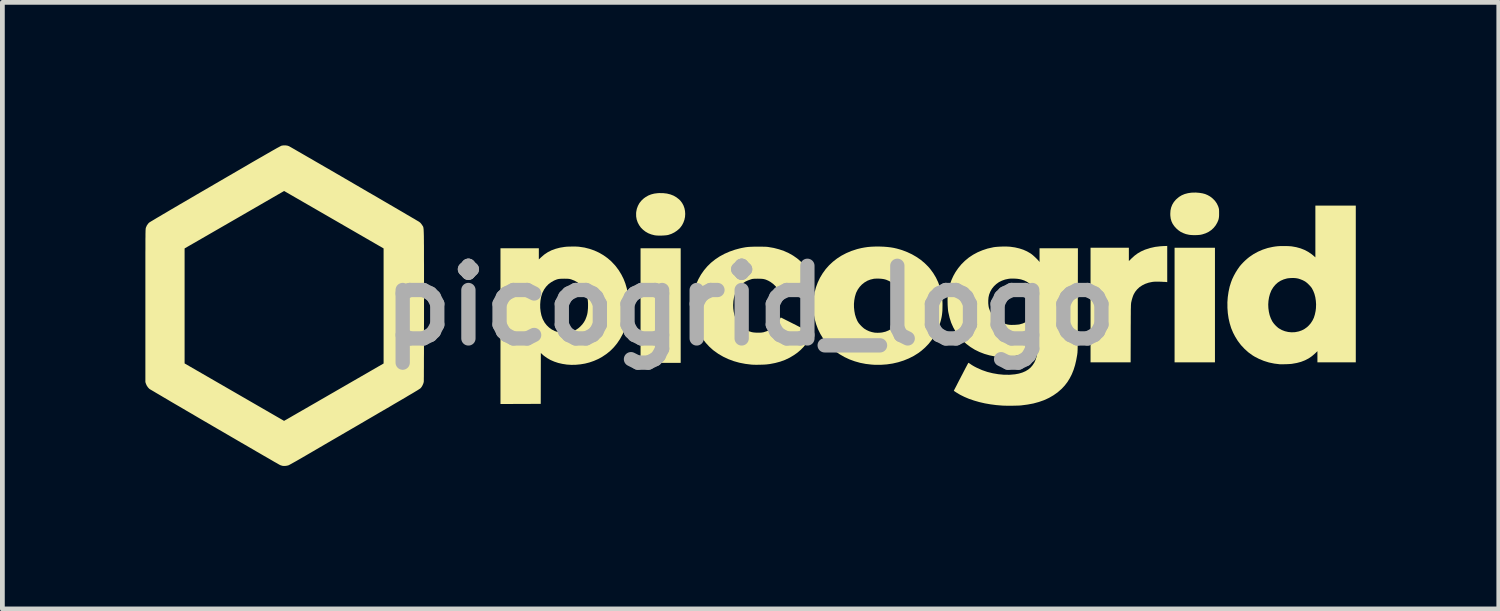
<source format=kicad_pcb>
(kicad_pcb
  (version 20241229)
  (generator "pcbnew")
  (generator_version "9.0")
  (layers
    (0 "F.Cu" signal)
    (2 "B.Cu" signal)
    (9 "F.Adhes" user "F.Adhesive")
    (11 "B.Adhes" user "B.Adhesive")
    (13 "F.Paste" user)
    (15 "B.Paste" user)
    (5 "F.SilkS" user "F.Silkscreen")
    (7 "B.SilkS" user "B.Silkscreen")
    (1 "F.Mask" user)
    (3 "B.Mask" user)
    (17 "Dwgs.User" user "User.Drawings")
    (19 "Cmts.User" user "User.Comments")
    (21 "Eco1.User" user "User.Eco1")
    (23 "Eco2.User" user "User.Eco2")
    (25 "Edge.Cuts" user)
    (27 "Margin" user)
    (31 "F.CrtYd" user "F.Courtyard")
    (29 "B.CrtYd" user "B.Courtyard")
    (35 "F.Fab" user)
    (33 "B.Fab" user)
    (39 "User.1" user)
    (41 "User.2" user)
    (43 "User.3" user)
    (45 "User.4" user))
  (footprint "picogrid_logo"
    (layer "F.Cu")
    (at 12.692 3.361)
    (property "Reference" "picogrid_logo" (at 0 0 0) (layer "F.Fab") (effects (font (size 1.524 1.524) (thickness 0.3))))
    (attr board_only exclude_from_pos_files exclude_from_bom)
    (fp_poly (pts (xy -1.461 1.202) (xy -2.303 1.202) (xy -2.303 -1.202) (xy -1.461 -1.202)) (stroke (width 0) (type solid)) (fill yes) (layer "F.SilkS"))
    (fp_poly (pts (xy 9.748 1.191) (xy 8.901 1.191) (xy 8.901 -1.213) (xy 9.748 -1.213)) (stroke (width 0) (type solid)) (fill yes) (layer "F.SilkS"))
    (fp_poly (pts (xy -1.829 -2.359) (xy -1.75 -2.35) (xy -1.677 -2.332) (xy -1.61 -2.306) (xy -1.55 -2.271) (xy -1.495 -2.228) (xy -1.47 -2.203) (xy -1.432 -2.154) (xy -1.403 -2.101) (xy -1.382 -2.043) (xy -1.37 -1.983) (xy -1.366 -1.922) (xy -1.37 -1.86) (xy -1.383 -1.799) (xy -1.404 -1.741) (xy -1.433 -1.685) (xy -1.471 -1.634) (xy -1.49 -1.613) (xy -1.539 -1.571) (xy -1.595 -1.534) (xy -1.656 -1.504) (xy -1.719 -1.483) (xy -1.721 -1.482) (xy -1.749 -1.477) (xy -1.784 -1.473) (xy -1.825 -1.47) (xy -1.868 -1.468) (xy -1.911 -1.468) (xy -1.951 -1.469) (xy -1.986 -1.472) (xy -2.008 -1.475) (xy -2.078 -1.493) (xy -2.142 -1.518) (xy -2.201 -1.552) (xy -2.252 -1.592) (xy -2.297 -1.637) (xy -2.334 -1.689) (xy -2.363 -1.745) (xy -2.384 -1.805) (xy -2.395 -1.868) (xy -2.396 -1.934) (xy -2.394 -1.963) (xy -2.381 -2.03) (xy -2.358 -2.092) (xy -2.327 -2.149) (xy -2.286 -2.201) (xy -2.236 -2.248) (xy -2.197 -2.276) (xy -2.142 -2.308) (xy -2.082 -2.332) (xy -2.017 -2.349) (xy -1.945 -2.358) (xy -1.914 -2.36)) (stroke (width 0) (type solid)) (fill yes) (layer "F.SilkS"))
    (fp_poly (pts (xy 8.747 -0.491) (xy 8.722 -0.495) (xy 8.709 -0.496) (xy 8.687 -0.497) (xy 8.659 -0.498) (xy 8.627 -0.5) (xy 8.593 -0.501) (xy 8.591 -0.501) (xy 8.547 -0.502) (xy 8.512 -0.502) (xy 8.483 -0.501) (xy 8.457 -0.499) (xy 8.433 -0.496) (xy 8.432 -0.496) (xy 8.356 -0.48) (xy 8.286 -0.456) (xy 8.222 -0.424) (xy 8.165 -0.386) (xy 8.116 -0.34) (xy 8.074 -0.288) (xy 8.046 -0.24) (xy 8.031 -0.206) (xy 8.017 -0.165) (xy 8.004 -0.121) (xy 7.994 -0.078) (xy 7.992 -0.069) (xy 7.99 -0.06) (xy 7.989 -0.051) (xy 7.988 -0.04) (xy 7.987 -0.027) (xy 7.986 -0.011) (xy 7.985 0.009) (xy 7.985 0.032) (xy 7.984 0.061) (xy 7.983 0.094) (xy 7.983 0.133) (xy 7.983 0.179) (xy 7.982 0.232) (xy 7.982 0.293) (xy 7.982 0.362) (xy 7.981 0.44) (xy 7.981 0.527) (xy 7.981 0.586) (xy 7.979 1.191) (xy 7.138 1.191) (xy 7.138 -1.213) (xy 7.942 -1.213) (xy 7.942 -0.934) (xy 8.002 -0.993) (xy 8.063 -1.048) (xy 8.127 -1.095) (xy 8.196 -1.135) (xy 8.271 -1.169) (xy 8.293 -1.177) (xy 8.39 -1.208) (xy 8.493 -1.231) (xy 8.6 -1.244) (xy 8.661 -1.248) (xy 8.747 -1.251)) (stroke (width 0) (type solid)) (fill yes) (layer "F.SilkS"))
    (fp_poly (pts (xy 9.351 -2.371) (xy 9.422 -2.365) (xy 9.485 -2.355) (xy 9.542 -2.34) (xy 9.594 -2.318) (xy 9.644 -2.29) (xy 9.647 -2.288) (xy 9.701 -2.246) (xy 9.748 -2.198) (xy 9.786 -2.144) (xy 9.814 -2.086) (xy 9.821 -2.066) (xy 9.826 -2.05) (xy 9.83 -2.035) (xy 9.833 -2.02) (xy 9.834 -2.001) (xy 9.835 -1.977) (xy 9.835 -1.946) (xy 9.835 -1.938) (xy 9.835 -1.896) (xy 9.833 -1.862) (xy 9.829 -1.833) (xy 9.823 -1.806) (xy 9.814 -1.78) (xy 9.801 -1.751) (xy 9.796 -1.739) (xy 9.762 -1.681) (xy 9.72 -1.629) (xy 9.671 -1.584) (xy 9.615 -1.546) (xy 9.552 -1.516) (xy 9.484 -1.494) (xy 9.443 -1.485) (xy 9.413 -1.482) (xy 9.376 -1.479) (xy 9.335 -1.478) (xy 9.294 -1.478) (xy 9.255 -1.48) (xy 9.221 -1.483) (xy 9.205 -1.485) (xy 9.138 -1.5) (xy 9.079 -1.522) (xy 9.025 -1.549) (xy 8.976 -1.584) (xy 8.941 -1.615) (xy 8.897 -1.663) (xy 8.862 -1.713) (xy 8.837 -1.766) (xy 8.82 -1.823) (xy 8.812 -1.886) (xy 8.811 -1.925) (xy 8.815 -1.994) (xy 8.829 -2.057) (xy 8.852 -2.116) (xy 8.885 -2.171) (xy 8.927 -2.221) (xy 8.942 -2.235) (xy 8.994 -2.279) (xy 9.051 -2.314) (xy 9.113 -2.34) (xy 9.181 -2.358) (xy 9.255 -2.369) (xy 9.335 -2.371)) (stroke (width 0) (type solid)) (fill yes) (layer "F.SilkS"))
    (fp_poly (pts (xy -3.658 -1.238) (xy -3.614 -1.236) (xy -3.586 -1.233) (xy -3.478 -1.217) (xy -3.373 -1.19) (xy -3.272 -1.155) (xy -3.176 -1.111) (xy -3.084 -1.058) (xy -2.998 -0.997) (xy -2.919 -0.929) (xy -2.847 -0.853) (xy -2.826 -0.829) (xy -2.761 -0.742) (xy -2.706 -0.652) (xy -2.659 -0.559) (xy -2.621 -0.461) (xy -2.591 -0.358) (xy -2.569 -0.249) (xy -2.555 -0.134) (xy -2.552 -0.092) (xy -2.549 0.028) (xy -2.555 0.146) (xy -2.57 0.261) (xy -2.594 0.373) (xy -2.628 0.479) (xy -2.669 0.581) (xy -2.679 0.601) (xy -2.733 0.7) (xy -2.794 0.791) (xy -2.862 0.874) (xy -2.937 0.949) (xy -3.019 1.016) (xy -3.109 1.076) (xy -3.193 1.122) (xy -3.282 1.161) (xy -3.374 1.193) (xy -3.468 1.217) (xy -3.564 1.233) (xy -3.66 1.242) (xy -3.755 1.244) (xy -3.849 1.238) (xy -3.94 1.224) (xy -4.029 1.204) (xy -4.113 1.176) (xy -4.192 1.142) (xy -4.265 1.1) (xy -4.332 1.052) (xy -4.358 1.029) (xy -4.395 0.995) (xy -4.396 1.528) (xy -4.397 2.062) (xy -4.82 2.064) (xy -5.242 2.065) (xy -5.242 -0.025) (xy -4.409 -0.025) (xy -4.408 0.053) (xy -4.399 0.129) (xy -4.384 0.203) (xy -4.361 0.271) (xy -4.35 0.295) (xy -4.315 0.358) (xy -4.272 0.413) (xy -4.222 0.461) (xy -4.166 0.502) (xy -4.105 0.533) (xy -4.039 0.556) (xy -3.99 0.566) (xy -3.961 0.569) (xy -3.925 0.57) (xy -3.885 0.569) (xy -3.845 0.566) (xy -3.808 0.562) (xy -3.778 0.557) (xy -3.776 0.556) (xy -3.715 0.537) (xy -3.659 0.51) (xy -3.607 0.475) (xy -3.567 0.44) (xy -3.524 0.394) (xy -3.489 0.346) (xy -3.46 0.293) (xy -3.437 0.233) (xy -3.422 0.183) (xy -3.415 0.146) (xy -3.41 0.102) (xy -3.406 0.053) (xy -3.405 0.002) (xy -3.405 -0.048) (xy -3.408 -0.094) (xy -3.412 -0.128) (xy -3.43 -0.205) (xy -3.455 -0.276) (xy -3.488 -0.34) (xy -3.528 -0.397) (xy -3.576 -0.447) (xy -3.63 -0.489) (xy -3.69 -0.523) (xy -3.757 -0.549) (xy -3.775 -0.554) (xy -3.79 -0.558) (xy -3.805 -0.56) (xy -3.823 -0.562) (xy -3.845 -0.563) (xy -3.873 -0.563) (xy -3.902 -0.564) (xy -3.947 -0.563) (xy -3.983 -0.562) (xy -4.013 -0.559) (xy -4.04 -0.554) (xy -4.066 -0.546) (xy -4.093 -0.535) (xy -4.119 -0.524) (xy -4.18 -0.489) (xy -4.236 -0.447) (xy -4.284 -0.397) (xy -4.325 -0.34) (xy -4.358 -0.277) (xy -4.369 -0.249) (xy -4.39 -0.178) (xy -4.403 -0.103) (xy -4.409 -0.025) (xy -5.242 -0.025) (xy -5.242 -1.202) (xy -4.437 -1.202) (xy -4.437 -0.968) (xy -4.387 -1.015) (xy -4.321 -1.072) (xy -4.249 -1.12) (xy -4.17 -1.16) (xy -4.085 -1.191) (xy -3.993 -1.215) (xy -3.894 -1.231) (xy -3.894 -1.231) (xy -3.855 -1.235) (xy -3.808 -1.237) (xy -3.758 -1.238) (xy -3.707 -1.239)) (stroke (width 0) (type solid)) (fill yes) (layer "F.SilkS"))
    (fp_poly (pts (xy 12.703 1.191) (xy 11.898 1.191) (xy 11.898 0.957) (xy 11.846 1.007) (xy 11.782 1.062) (xy 11.713 1.109) (xy 11.638 1.148) (xy 11.556 1.18) (xy 11.467 1.204) (xy 11.37 1.221) (xy 11.358 1.223) (xy 11.335 1.225) (xy 11.305 1.227) (xy 11.27 1.229) (xy 11.233 1.23) (xy 11.195 1.231) (xy 11.161 1.232) (xy 11.131 1.231) (xy 11.109 1.231) (xy 11.106 1.231) (xy 10.992 1.217) (xy 10.881 1.194) (xy 10.775 1.161) (xy 10.675 1.12) (xy 10.58 1.071) (xy 10.536 1.044) (xy 10.449 0.981) (xy 10.369 0.909) (xy 10.295 0.83) (xy 10.229 0.744) (xy 10.171 0.65) (xy 10.129 0.569) (xy 10.089 0.474) (xy 10.058 0.373) (xy 10.034 0.268) (xy 10.018 0.159) (xy 10.01 0.047) (xy 10.01 -0.023) (xy 10.866 -0.023) (xy 10.869 0.053) (xy 10.879 0.128) (xy 10.895 0.199) (xy 10.919 0.266) (xy 10.949 0.328) (xy 10.961 0.346) (xy 10.984 0.378) (xy 11.012 0.41) (xy 11.044 0.441) (xy 11.075 0.468) (xy 11.091 0.479) (xy 11.151 0.513) (xy 11.216 0.538) (xy 11.284 0.554) (xy 11.355 0.561) (xy 11.425 0.558) (xy 11.44 0.556) (xy 11.509 0.542) (xy 11.571 0.52) (xy 11.628 0.49) (xy 11.681 0.452) (xy 11.712 0.423) (xy 11.757 0.372) (xy 11.793 0.317) (xy 11.823 0.256) (xy 11.844 0.189) (xy 11.86 0.114) (xy 11.867 0.055) (xy 11.87 -0.023) (xy 11.865 -0.1) (xy 11.854 -0.174) (xy 11.836 -0.244) (xy 11.811 -0.308) (xy 11.781 -0.365) (xy 11.779 -0.368) (xy 11.762 -0.391) (xy 11.739 -0.417) (xy 11.714 -0.443) (xy 11.687 -0.469) (xy 11.661 -0.49) (xy 11.639 -0.506) (xy 11.637 -0.507) (xy 11.594 -0.53) (xy 11.548 -0.549) (xy 11.503 -0.564) (xy 11.482 -0.569) (xy 11.447 -0.575) (xy 11.405 -0.578) (xy 11.36 -0.578) (xy 11.317 -0.576) (xy 11.278 -0.572) (xy 11.26 -0.569) (xy 11.19 -0.549) (xy 11.126 -0.521) (xy 11.068 -0.484) (xy 11.017 -0.438) (xy 10.973 -0.385) (xy 10.935 -0.324) (xy 10.928 -0.309) (xy 10.902 -0.243) (xy 10.883 -0.173) (xy 10.871 -0.099) (xy 10.866 -0.023) (xy 10.01 -0.023) (xy 10.009 -0.065) (xy 10.017 -0.177) (xy 10.033 -0.287) (xy 10.056 -0.395) (xy 10.085 -0.488) (xy 10.111 -0.556) (xy 10.145 -0.627) (xy 10.184 -0.698) (xy 10.227 -0.766) (xy 10.272 -0.829) (xy 10.276 -0.833) (xy 10.306 -0.868) (xy 10.342 -0.906) (xy 10.381 -0.944) (xy 10.421 -0.98) (xy 10.459 -1.011) (xy 10.466 -1.017) (xy 10.557 -1.079) (xy 10.652 -1.131) (xy 10.752 -1.174) (xy 10.856 -1.208) (xy 10.966 -1.232) (xy 11.026 -1.241) (xy 11.064 -1.245) (xy 11.11 -1.248) (xy 11.16 -1.249) (xy 11.212 -1.249) (xy 11.263 -1.248) (xy 11.31 -1.246) (xy 11.35 -1.243) (xy 11.359 -1.242) (xy 11.455 -1.225) (xy 11.545 -1.2) (xy 11.629 -1.167) (xy 11.706 -1.126) (xy 11.779 -1.076) (xy 11.817 -1.045) (xy 11.855 -1.011) (xy 11.855 -2.097) (xy 12.703 -2.097)) (stroke (width 0) (type solid)) (fill yes) (layer "F.SilkS"))
    (fp_poly (pts (xy 2.724 -1.238) (xy 2.805 -1.235) (xy 2.878 -1.229) (xy 2.946 -1.221) (xy 3.011 -1.21) (xy 3.076 -1.195) (xy 3.143 -1.176) (xy 3.188 -1.162) (xy 3.292 -1.122) (xy 3.392 -1.075) (xy 3.487 -1.02) (xy 3.576 -0.959) (xy 3.657 -0.891) (xy 3.731 -0.818) (xy 3.772 -0.771) (xy 3.838 -0.681) (xy 3.894 -0.588) (xy 3.94 -0.491) (xy 3.977 -0.39) (xy 3.995 -0.326) (xy 4.007 -0.277) (xy 4.016 -0.232) (xy 4.023 -0.19) (xy 4.027 -0.146) (xy 4.03 -0.1) (xy 4.032 -0.047) (xy 4.032 -0.003) (xy 4.031 0.056) (xy 4.03 0.107) (xy 4.026 0.152) (xy 4.021 0.195) (xy 4.014 0.238) (xy 4.004 0.283) (xy 3.995 0.32) (xy 3.963 0.426) (xy 3.922 0.528) (xy 3.871 0.624) (xy 3.811 0.715) (xy 3.743 0.801) (xy 3.667 0.88) (xy 3.583 0.953) (xy 3.524 0.997) (xy 3.428 1.057) (xy 3.325 1.109) (xy 3.217 1.153) (xy 3.103 1.189) (xy 2.986 1.216) (xy 2.865 1.234) (xy 2.74 1.243) (xy 2.613 1.243) (xy 2.541 1.238) (xy 2.421 1.224) (xy 2.303 1.201) (xy 2.19 1.169) (xy 2.08 1.129) (xy 1.976 1.08) (xy 1.877 1.023) (xy 1.784 0.959) (xy 1.699 0.888) (xy 1.665 0.855) (xy 1.591 0.774) (xy 1.525 0.687) (xy 1.468 0.593) (xy 1.42 0.495) (xy 1.381 0.391) (xy 1.351 0.283) (xy 1.33 0.171) (xy 1.328 0.156) (xy 1.326 0.126) (xy 1.324 0.088) (xy 1.322 0.045) (xy 1.322 -0.00049) (xy 1.322 -0.036) (xy 2.174 -0.036) (xy 2.175 0.04) (xy 2.183 0.115) (xy 2.196 0.187) (xy 2.217 0.255) (xy 2.243 0.317) (xy 2.259 0.346) (xy 2.277 0.372) (xy 2.302 0.401) (xy 2.33 0.431) (xy 2.359 0.458) (xy 2.386 0.481) (xy 2.392 0.485) (xy 2.44 0.514) (xy 2.494 0.539) (xy 2.553 0.557) (xy 2.608 0.568) (xy 2.636 0.57) (xy 2.67 0.571) (xy 2.707 0.57) (xy 2.743 0.567) (xy 2.767 0.564) (xy 2.836 0.548) (xy 2.9 0.522) (xy 2.959 0.488) (xy 3.012 0.446) (xy 3.058 0.396) (xy 3.097 0.339) (xy 3.13 0.276) (xy 3.154 0.205) (xy 3.169 0.141) (xy 3.178 0.063) (xy 3.18 -0.017) (xy 3.175 -0.097) (xy 3.163 -0.172) (xy 3.158 -0.195) (xy 3.136 -0.264) (xy 3.105 -0.327) (xy 3.066 -0.384) (xy 3.021 -0.435) (xy 2.969 -0.479) (xy 2.912 -0.515) (xy 2.85 -0.542) (xy 2.818 -0.551) (xy 2.789 -0.557) (xy 2.752 -0.562) (xy 2.711 -0.565) (xy 2.669 -0.566) (xy 2.629 -0.565) (xy 2.595 -0.563) (xy 2.586 -0.561) (xy 2.518 -0.545) (xy 2.454 -0.52) (xy 2.395 -0.485) (xy 2.342 -0.443) (xy 2.295 -0.393) (xy 2.255 -0.337) (xy 2.223 -0.275) (xy 2.214 -0.251) (xy 2.194 -0.183) (xy 2.181 -0.111) (xy 2.174 -0.036) (xy 1.322 -0.036) (xy 1.322 -0.046) (xy 1.323 -0.09) (xy 1.325 -0.128) (xy 1.328 -0.158) (xy 1.328 -0.16) (xy 1.348 -0.273) (xy 1.377 -0.382) (xy 1.415 -0.485) (xy 1.462 -0.584) (xy 1.518 -0.677) (xy 1.581 -0.764) (xy 1.653 -0.845) (xy 1.732 -0.919) (xy 1.819 -0.987) (xy 1.912 -1.047) (xy 2.013 -1.1) (xy 2.119 -1.145) (xy 2.232 -1.182) (xy 2.257 -1.189) (xy 2.328 -1.206) (xy 2.398 -1.219) (xy 2.467 -1.229) (xy 2.54 -1.235) (xy 2.617 -1.238) (xy 2.701 -1.238)) (stroke (width 0) (type solid)) (fill yes) (layer "F.SilkS"))
    (fp_poly (pts (xy 0.22 -1.236) (xy 0.274 -1.235) (xy 0.318 -1.234) (xy 0.352 -1.232) (xy 0.376 -1.229) (xy 0.493 -1.209) (xy 0.604 -1.18) (xy 0.707 -1.145) (xy 0.805 -1.101) (xy 0.897 -1.049) (xy 0.979 -0.992) (xy 1.015 -0.963) (xy 1.054 -0.927) (xy 1.093 -0.888) (xy 1.131 -0.847) (xy 1.164 -0.808) (xy 1.182 -0.784) (xy 1.196 -0.763) (xy 1.211 -0.738) (xy 1.227 -0.71) (xy 1.243 -0.682) (xy 1.258 -0.654) (xy 1.27 -0.628) (xy 1.28 -0.606) (xy 1.287 -0.59) (xy 1.289 -0.58) (xy 1.289 -0.578) (xy 1.283 -0.574) (xy 1.269 -0.567) (xy 1.247 -0.555) (xy 1.219 -0.541) (xy 1.185 -0.523) (xy 1.147 -0.503) (xy 1.104 -0.482) (xy 1.059 -0.459) (xy 1.012 -0.435) (xy 0.964 -0.41) (xy 0.916 -0.386) (xy 0.87 -0.362) (xy 0.825 -0.34) (xy 0.782 -0.318) (xy 0.744 -0.299) (xy 0.71 -0.282) (xy 0.682 -0.268) (xy 0.661 -0.258) (xy 0.647 -0.251) (xy 0.642 -0.249) (xy 0.637 -0.253) (xy 0.629 -0.265) (xy 0.619 -0.281) (xy 0.617 -0.285) (xy 0.577 -0.348) (xy 0.531 -0.405) (xy 0.48 -0.454) (xy 0.424 -0.495) (xy 0.384 -0.518) (xy 0.352 -0.533) (xy 0.323 -0.545) (xy 0.295 -0.553) (xy 0.265 -0.559) (xy 0.232 -0.562) (xy 0.192 -0.563) (xy 0.156 -0.564) (xy 0.12 -0.563) (xy 0.093 -0.563) (xy 0.072 -0.562) (xy 0.055 -0.56) (xy 0.04 -0.558) (xy 0.025 -0.554) (xy 0.01 -0.549) (xy -0.049 -0.528) (xy -0.101 -0.504) (xy -0.147 -0.474) (xy -0.19 -0.439) (xy -0.206 -0.424) (xy -0.253 -0.37) (xy -0.291 -0.311) (xy -0.32 -0.246) (xy -0.342 -0.174) (xy -0.355 -0.096) (xy -0.36 -0.012) (xy -0.36 -0.003) (xy -0.357 0.065) (xy -0.348 0.132) (xy -0.334 0.196) (xy -0.316 0.255) (xy -0.293 0.307) (xy -0.288 0.316) (xy -0.25 0.374) (xy -0.203 0.427) (xy -0.149 0.472) (xy -0.09 0.51) (xy -0.025 0.54) (xy 0.029 0.557) (xy 0.062 0.563) (xy 0.102 0.567) (xy 0.145 0.569) (xy 0.188 0.569) (xy 0.229 0.567) (xy 0.264 0.562) (xy 0.277 0.56) (xy 0.347 0.537) (xy 0.411 0.506) (xy 0.47 0.465) (xy 0.524 0.415) (xy 0.573 0.356) (xy 0.611 0.296) (xy 0.623 0.277) (xy 0.632 0.261) (xy 0.637 0.252) (xy 0.639 0.25) (xy 0.643 0.252) (xy 0.657 0.258) (xy 0.677 0.268) (xy 0.705 0.282) (xy 0.738 0.299) (xy 0.776 0.318) (xy 0.818 0.339) (xy 0.863 0.362) (xy 0.909 0.385) (xy 0.957 0.409) (xy 1.005 0.434) (xy 1.053 0.458) (xy 1.098 0.481) (xy 1.141 0.503) (xy 1.18 0.523) (xy 1.215 0.541) (xy 1.245 0.556) (xy 1.268 0.568) (xy 1.283 0.576) (xy 1.291 0.58) (xy 1.291 0.58) (xy 1.291 0.586) (xy 1.286 0.6) (xy 1.278 0.619) (xy 1.267 0.642) (xy 1.254 0.667) (xy 1.24 0.692) (xy 1.227 0.716) (xy 1.225 0.72) (xy 1.173 0.797) (xy 1.118 0.867) (xy 1.056 0.93) (xy 0.987 0.989) (xy 0.916 1.039) (xy 0.826 1.093) (xy 0.73 1.139) (xy 0.629 1.176) (xy 0.521 1.205) (xy 0.406 1.227) (xy 0.373 1.231) (xy 0.34 1.235) (xy 0.298 1.238) (xy 0.252 1.24) (xy 0.202 1.241) (xy 0.152 1.242) (xy 0.104 1.242) (xy 0.062 1.241) (xy 0.027 1.239) (xy 0.024 1.239) (xy -0.105 1.223) (xy -0.229 1.199) (xy -0.347 1.166) (xy -0.46 1.124) (xy -0.568 1.073) (xy -0.67 1.014) (xy -0.765 0.946) (xy -0.781 0.934) (xy -0.861 0.862) (xy -0.934 0.783) (xy -1 0.698) (xy -1.058 0.606) (xy -1.107 0.51) (xy -1.148 0.409) (xy -1.178 0.305) (xy -1.183 0.284) (xy -1.195 0.223) (xy -1.204 0.163) (xy -1.209 0.101) (xy -1.212 0.034) (xy -1.211 -0.04) (xy -1.206 -0.14) (xy -1.194 -0.233) (xy -1.177 -0.321) (xy -1.152 -0.405) (xy -1.135 -0.452) (xy -1.089 -0.554) (xy -1.035 -0.65) (xy -0.972 -0.74) (xy -0.902 -0.823) (xy -0.824 -0.899) (xy -0.738 -0.968) (xy -0.645 -1.03) (xy -0.544 -1.085) (xy -0.437 -1.132) (xy -0.323 -1.172) (xy -0.222 -1.199) (xy -0.178 -1.209) (xy -0.136 -1.217) (xy -0.096 -1.224) (xy -0.056 -1.229) (xy -0.013 -1.232) (xy 0.035 -1.234) (xy 0.089 -1.236) (xy 0.151 -1.236) (xy 0.156 -1.236)) (stroke (width 0) (type solid)) (fill yes) (layer "F.SilkS"))
    (fp_poly (pts (xy 5.386 -1.238) (xy 5.43 -1.236) (xy 5.455 -1.234) (xy 5.553 -1.22) (xy 5.643 -1.199) (xy 5.727 -1.172) (xy 5.805 -1.137) (xy 5.878 -1.095) (xy 5.88 -1.093) (xy 5.903 -1.077) (xy 5.93 -1.055) (xy 5.959 -1.029) (xy 5.988 -1.002) (xy 6.015 -0.975) (xy 6.038 -0.951) (xy 6.054 -0.932) (xy 6.068 -0.913) (xy 6.068 -1.202) (xy 6.873 -1.202) (xy 6.871 -0.126) (xy 6.871 -0.000159) (xy 6.871 0.115) (xy 6.871 0.221) (xy 6.871 0.318) (xy 6.87 0.406) (xy 6.87 0.485) (xy 6.87 0.557) (xy 6.87 0.621) (xy 6.87 0.679) (xy 6.869 0.73) (xy 6.869 0.775) (xy 6.869 0.814) (xy 6.868 0.848) (xy 6.868 0.878) (xy 6.867 0.904) (xy 6.867 0.926) (xy 6.866 0.944) (xy 6.865 0.96) (xy 6.864 0.974) (xy 6.864 0.986) (xy 6.863 0.996) (xy 6.861 1.006) (xy 6.86 1.015) (xy 6.859 1.024) (xy 6.859 1.027) (xy 6.838 1.143) (xy 6.813 1.25) (xy 6.782 1.349) (xy 6.745 1.441) (xy 6.702 1.525) (xy 6.653 1.604) (xy 6.597 1.677) (xy 6.534 1.745) (xy 6.525 1.753) (xy 6.446 1.822) (xy 6.359 1.883) (xy 6.266 1.937) (xy 6.164 1.984) (xy 6.056 2.022) (xy 5.939 2.054) (xy 5.816 2.077) (xy 5.685 2.094) (xy 5.65 2.097) (xy 5.625 2.098) (xy 5.592 2.099) (xy 5.552 2.1) (xy 5.508 2.101) (xy 5.462 2.101) (xy 5.416 2.101) (xy 5.373 2.101) (xy 5.333 2.1) (xy 5.301 2.099) (xy 5.284 2.098) (xy 5.161 2.088) (xy 5.038 2.072) (xy 4.918 2.051) (xy 4.802 2.024) (xy 4.691 1.992) (xy 4.586 1.956) (xy 4.49 1.915) (xy 4.435 1.888) (xy 4.407 1.874) (xy 4.379 1.858) (xy 4.352 1.841) (xy 4.326 1.826) (xy 4.303 1.811) (xy 4.285 1.799) (xy 4.274 1.79) (xy 4.27 1.785) (xy 4.27 1.785) (xy 4.272 1.78) (xy 4.28 1.766) (xy 4.291 1.745) (xy 4.306 1.716) (xy 4.324 1.682) (xy 4.344 1.642) (xy 4.367 1.597) (xy 4.392 1.549) (xy 4.419 1.498) (xy 4.421 1.493) (xy 4.448 1.442) (xy 4.473 1.393) (xy 4.496 1.349) (xy 4.517 1.308) (xy 4.536 1.273) (xy 4.551 1.244) (xy 4.563 1.222) (xy 4.571 1.207) (xy 4.574 1.201) (xy 4.574 1.201) (xy 4.58 1.203) (xy 4.591 1.209) (xy 4.608 1.22) (xy 4.625 1.232) (xy 4.647 1.247) (xy 4.675 1.264) (xy 4.707 1.282) (xy 4.74 1.299) (xy 4.758 1.308) (xy 4.862 1.354) (xy 4.972 1.392) (xy 5.086 1.42) (xy 5.202 1.44) (xy 5.318 1.451) (xy 5.434 1.452) (xy 5.464 1.45) (xy 5.554 1.442) (xy 5.635 1.427) (xy 5.708 1.405) (xy 5.773 1.377) (xy 5.831 1.342) (xy 5.881 1.3) (xy 5.923 1.251) (xy 5.959 1.195) (xy 5.983 1.142) (xy 6 1.091) (xy 6.014 1.031) (xy 6.024 0.966) (xy 6.029 0.896) (xy 6.031 0.839) (xy 6.031 0.797) (xy 5.985 0.843) (xy 5.922 0.898) (xy 5.854 0.946) (xy 5.781 0.986) (xy 5.701 1.019) (xy 5.614 1.045) (xy 5.519 1.065) (xy 5.501 1.068) (xy 5.465 1.072) (xy 5.42 1.075) (xy 5.37 1.077) (xy 5.317 1.078) (xy 5.265 1.077) (xy 5.215 1.075) (xy 5.171 1.072) (xy 5.136 1.068) (xy 5.021 1.045) (xy 4.912 1.014) (xy 4.808 0.974) (xy 4.71 0.926) (xy 4.618 0.869) (xy 4.533 0.805) (xy 4.454 0.732) (xy 4.382 0.651) (xy 4.37 0.635) (xy 4.309 0.549) (xy 4.257 0.456) (xy 4.214 0.359) (xy 4.181 0.256) (xy 4.156 0.147) (xy 4.15 0.114) (xy 4.146 0.078) (xy 4.143 0.034) (xy 4.14 -0.014) (xy 4.139 -0.064) (xy 4.138 -0.11) (xy 4.992 -0.11) (xy 4.992 -0.049) (xy 4.998 0.011) (xy 5.006 0.05) (xy 5.029 0.114) (xy 5.06 0.173) (xy 5.099 0.227) (xy 5.147 0.275) (xy 5.201 0.317) (xy 5.261 0.351) (xy 5.328 0.379) (xy 5.399 0.398) (xy 5.425 0.402) (xy 5.45 0.405) (xy 5.483 0.406) (xy 5.52 0.405) (xy 5.559 0.404) (xy 5.595 0.401) (xy 5.628 0.398) (xy 5.647 0.395) (xy 5.717 0.375) (xy 5.782 0.346) (xy 5.842 0.31) (xy 5.894 0.265) (xy 5.94 0.215) (xy 5.977 0.157) (xy 6.007 0.094) (xy 6.018 0.061) (xy 6.028 0.017) (xy 6.034 -0.033) (xy 6.036 -0.086) (xy 6.034 -0.137) (xy 6.029 -0.18) (xy 6.012 -0.247) (xy 5.986 -0.309) (xy 5.95 -0.367) (xy 5.906 -0.418) (xy 5.897 -0.427) (xy 5.849 -0.468) (xy 5.8 -0.5) (xy 5.748 -0.526) (xy 5.688 -0.546) (xy 5.676 -0.549) (xy 5.642 -0.556) (xy 5.6 -0.562) (xy 5.554 -0.565) (xy 5.507 -0.566) (xy 5.462 -0.566) (xy 5.423 -0.562) (xy 5.416 -0.561) (xy 5.344 -0.546) (xy 5.277 -0.522) (xy 5.215 -0.491) (xy 5.16 -0.451) (xy 5.111 -0.405) (xy 5.069 -0.353) (xy 5.036 -0.295) (xy 5.011 -0.232) (xy 5.009 -0.225) (xy 4.997 -0.17) (xy 4.992 -0.11) (xy 4.138 -0.11) (xy 4.138 -0.114) (xy 4.139 -0.161) (xy 4.141 -0.203) (xy 4.144 -0.238) (xy 4.145 -0.244) (xy 4.164 -0.348) (xy 4.188 -0.444) (xy 4.22 -0.535) (xy 4.259 -0.621) (xy 4.305 -0.703) (xy 4.36 -0.783) (xy 4.428 -0.866) (xy 4.503 -0.94) (xy 4.585 -1.008) (xy 4.674 -1.067) (xy 4.769 -1.118) (xy 4.871 -1.161) (xy 4.977 -1.196) (xy 5.089 -1.221) (xy 5.102 -1.224) (xy 5.138 -1.229) (xy 5.182 -1.233) (xy 5.232 -1.236) (xy 5.284 -1.238) (xy 5.336 -1.239)) (stroke (width 0) (type solid)) (fill yes) (layer "F.SilkS"))
    (fp_poly (pts (xy -9.749 -3.361) (xy -9.707 -3.354) (xy -9.682 -3.345) (xy -9.675 -3.342) (xy -9.66 -3.333) (xy -9.636 -3.32) (xy -9.605 -3.302) (xy -9.566 -3.28) (xy -9.52 -3.253) (xy -9.468 -3.223) (xy -9.409 -3.189) (xy -9.345 -3.152) (xy -9.276 -3.112) (xy -9.202 -3.07) (xy -9.124 -3.024) (xy -9.042 -2.977) (xy -8.956 -2.927) (xy -8.867 -2.876) (xy -8.776 -2.823) (xy -8.683 -2.769) (xy -8.588 -2.714) (xy -8.492 -2.658) (xy -8.395 -2.602) (xy -8.298 -2.545) (xy -8.2 -2.488) (xy -8.104 -2.432) (xy -8.008 -2.376) (xy -7.914 -2.322) (xy -7.821 -2.268) (xy -7.731 -2.215) (xy -7.643 -2.164) (xy -7.559 -2.115) (xy -7.478 -2.068) (xy -7.401 -2.023) (xy -7.329 -1.981) (xy -7.262 -1.942) (xy -7.2 -1.905) (xy -7.143 -1.872) (xy -7.094 -1.843) (xy -7.05 -1.818) (xy -7.014 -1.796) (xy -6.985 -1.779) (xy -6.965 -1.767) (xy -6.952 -1.76) (xy -6.95 -1.758) (xy -6.925 -1.739) (xy -6.905 -1.716) (xy -6.885 -1.688) (xy -6.881 -1.682) (xy -6.878 -1.677) (xy -6.875 -1.672) (xy -6.872 -1.668) (xy -6.869 -1.664) (xy -6.867 -1.659) (xy -6.864 -1.654) (xy -6.862 -1.648) (xy -6.86 -1.64) (xy -6.859 -1.631) (xy -6.857 -1.619) (xy -6.855 -1.605) (xy -6.854 -1.589) (xy -6.853 -1.569) (xy -6.852 -1.545) (xy -6.851 -1.518) (xy -6.85 -1.486) (xy -6.849 -1.45) (xy -6.849 -1.408) (xy -6.848 -1.362) (xy -6.848 -1.309) (xy -6.847 -1.251) (xy -6.847 -1.186) (xy -6.847 -1.114) (xy -6.847 -1.035) (xy -6.847 -0.949) (xy -6.846 -0.855) (xy -6.846 -0.753) (xy -6.846 -0.642) (xy -6.846 -0.522) (xy -6.846 -0.393) (xy -6.846 -0.254) (xy -6.846 -0.106) (xy -6.846 -0.001) (xy -6.846 0.171) (xy -6.846 0.333) (xy -6.847 0.486) (xy -6.847 0.629) (xy -6.847 0.763) (xy -6.847 0.888) (xy -6.847 1.003) (xy -6.848 1.108) (xy -6.848 1.203) (xy -6.848 1.288) (xy -6.849 1.364) (xy -6.849 1.429) (xy -6.849 1.484) (xy -6.85 1.529) (xy -6.85 1.564) (xy -6.851 1.588) (xy -6.851 1.602) (xy -6.852 1.605) (xy -6.862 1.639) (xy -6.878 1.675) (xy -6.898 1.709) (xy -6.92 1.735) (xy -6.923 1.737) (xy -6.927 1.741) (xy -6.934 1.745) (xy -6.943 1.751) (xy -6.954 1.758) (xy -6.967 1.767) (xy -6.983 1.777) (xy -7.003 1.789) (xy -7.025 1.802) (xy -7.051 1.818) (xy -7.081 1.836) (xy -7.115 1.856) (xy -7.153 1.878) (xy -7.195 1.903) (xy -7.241 1.931) (xy -7.293 1.961) (xy -7.349 1.994) (xy -7.411 2.03) (xy -7.478 2.069) (xy -7.55 2.112) (xy -7.629 2.158) (xy -7.714 2.207) (xy -7.805 2.26) (xy -7.902 2.317) (xy -8.007 2.378) (xy -8.118 2.443) (xy -8.236 2.512) (xy -8.362 2.585) (xy -8.496 2.663) (xy -8.637 2.745) (xy -8.787 2.832) (xy -8.945 2.924) (xy -9.111 3.021) (xy -9.286 3.123) (xy -9.441 3.213) (xy -9.488 3.24) (xy -9.533 3.266) (xy -9.575 3.289) (xy -9.612 3.31) (xy -9.643 3.327) (xy -9.669 3.341) (xy -9.687 3.35) (xy -9.698 3.354) (xy -9.698 3.354) (xy -9.731 3.361) (xy -9.766 3.365) (xy -9.798 3.364) (xy -9.812 3.363) (xy -9.831 3.358) (xy -9.853 3.351) (xy -9.866 3.346) (xy -9.873 3.342) (xy -9.89 3.333) (xy -9.914 3.319) (xy -9.947 3.3) (xy -9.987 3.278) (xy -10.033 3.251) (xy -10.086 3.22) (xy -10.145 3.186) (xy -10.21 3.149) (xy -10.28 3.108) (xy -10.355 3.065) (xy -10.433 3.019) (xy -10.516 2.971) (xy -10.602 2.921) (xy -10.691 2.87) (xy -10.783 2.816) (xy -10.876 2.762) (xy -10.972 2.706) (xy -11.068 2.65) (xy -11.165 2.594) (xy -11.263 2.537) (xy -11.36 2.48) (xy -11.457 2.424) (xy -11.553 2.368) (xy -11.648 2.312) (xy -11.74 2.258) (xy -11.83 2.206) (xy -11.918 2.154) (xy -12.002 2.105) (xy -12.083 2.058) (xy -12.16 2.013) (xy -12.232 1.97) (xy -12.299 1.931) (xy -12.361 1.894) (xy -12.417 1.861) (xy -12.467 1.832) (xy -12.51 1.806) (xy -12.546 1.785) (xy -12.575 1.768) (xy -12.595 1.756) (xy -12.607 1.748) (xy -12.61 1.746) (xy -12.638 1.716) (xy -12.663 1.679) (xy -12.681 1.639) (xy -12.681 1.637) (xy -12.692 1.605) (xy -12.692 0.003) (xy -12.692 -0.151) (xy -12.692 -0.295) (xy -12.692 -0.429) (xy -12.692 -0.554) (xy -12.692 -0.669) (xy -12.692 -0.776) (xy -12.692 -0.874) (xy -12.692 -0.965) (xy -12.692 -1.047) (xy -12.692 -1.122) (xy -12.691 -1.19) (xy -12.691 -1.199) (xy -11.869 -1.199) (xy -11.869 1.214) (xy -10.826 1.816) (xy -9.782 2.419) (xy -9.753 2.402) (xy -9.745 2.398) (xy -9.729 2.389) (xy -9.705 2.375) (xy -9.672 2.356) (xy -9.632 2.333) (xy -9.586 2.306) (xy -9.532 2.275) (xy -9.473 2.241) (xy -9.407 2.203) (xy -9.337 2.163) (xy -9.261 2.119) (xy -9.181 2.073) (xy -9.097 2.025) (xy -9.01 1.974) (xy -8.919 1.922) (xy -8.826 1.868) (xy -8.73 1.813) (xy -8.708 1.8) (xy -7.694 1.215) (xy -7.694 0.008) (xy -7.694 -1.199) (xy -8.738 -1.802) (xy -9.781 -2.404) (xy -10.825 -1.801) (xy -11.869 -1.199) (xy -12.691 -1.199) (xy -12.691 -1.252) (xy -12.691 -1.307) (xy -12.691 -1.357) (xy -12.691 -1.4) (xy -12.69 -1.439) (xy -12.69 -1.472) (xy -12.69 -1.502) (xy -12.689 -1.527) (xy -12.689 -1.548) (xy -12.688 -1.566) (xy -12.688 -1.581) (xy -12.687 -1.593) (xy -12.686 -1.603) (xy -12.686 -1.611) (xy -12.685 -1.617) (xy -12.684 -1.622) (xy -12.683 -1.626) (xy -12.682 -1.629) (xy -12.682 -1.632) (xy -12.662 -1.679) (xy -12.633 -1.72) (xy -12.616 -1.738) (xy -12.609 -1.743) (xy -12.594 -1.753) (xy -12.571 -1.767) (xy -12.539 -1.786) (xy -12.499 -1.81) (xy -12.451 -1.839) (xy -12.394 -1.872) (xy -12.329 -1.911) (xy -12.255 -1.954) (xy -12.173 -2.003) (xy -12.082 -2.056) (xy -11.982 -2.115) (xy -11.873 -2.178) (xy -11.755 -2.247) (xy -11.629 -2.321) (xy -11.493 -2.4) (xy -11.348 -2.484) (xy -11.23 -2.553) (xy -11.094 -2.632) (xy -10.967 -2.706) (xy -10.848 -2.775) (xy -10.738 -2.839) (xy -10.636 -2.898) (xy -10.542 -2.953) (xy -10.455 -3.004) (xy -10.375 -3.05) (xy -10.302 -3.092) (xy -10.235 -3.13) (xy -10.175 -3.165) (xy -10.121 -3.196) (xy -10.072 -3.224) (xy -10.029 -3.249) (xy -9.991 -3.27) (xy -9.958 -3.289) (xy -9.93 -3.305) (xy -9.905 -3.318) (xy -9.885 -3.329) (xy -9.868 -3.338) (xy -9.855 -3.345) (xy -9.845 -3.35) (xy -9.838 -3.353) (xy -9.833 -3.355) (xy -9.833 -3.355) (xy -9.792 -3.361)) (stroke (width 0) (type solid)) (fill yes) (layer "F.SilkS")))
  (gr_rect
    (start -3 -3)
    (end 28.395 9.726)
    (stroke (width 0.1) (type default))
    (fill no)
    (layer "Edge.Cuts")))
</source>
